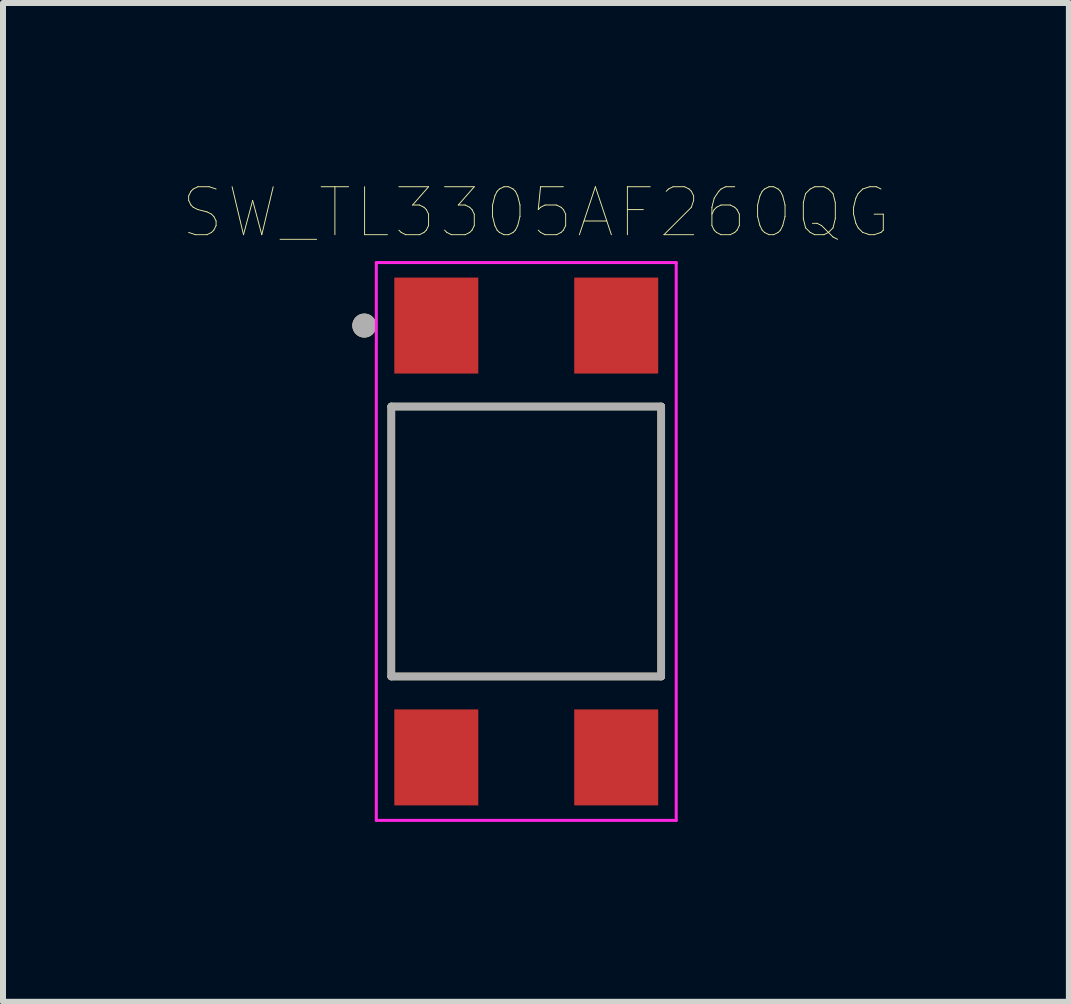
<source format=kicad_pcb>
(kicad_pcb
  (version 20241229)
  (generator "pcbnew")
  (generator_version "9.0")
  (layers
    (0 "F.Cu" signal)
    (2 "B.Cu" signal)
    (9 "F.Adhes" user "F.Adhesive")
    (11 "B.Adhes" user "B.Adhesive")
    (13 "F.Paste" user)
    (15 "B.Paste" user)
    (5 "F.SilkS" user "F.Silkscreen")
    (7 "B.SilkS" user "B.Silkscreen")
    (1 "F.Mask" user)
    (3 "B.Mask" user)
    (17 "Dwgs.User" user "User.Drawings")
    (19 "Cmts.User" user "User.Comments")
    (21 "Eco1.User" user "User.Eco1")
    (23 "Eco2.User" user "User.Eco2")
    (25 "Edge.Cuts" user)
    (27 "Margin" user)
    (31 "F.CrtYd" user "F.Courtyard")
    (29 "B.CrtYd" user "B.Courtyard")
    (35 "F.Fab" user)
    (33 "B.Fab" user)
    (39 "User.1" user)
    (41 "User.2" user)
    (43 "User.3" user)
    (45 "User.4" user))
  (footprint "SW_TL3305AF260QG"
    (layer "F.Cu")
    (at 5.724 5.978)
    (property "Reference" "SW_TL3305AF260QG" (at 0.162 -5.484 0) (layer "F.SilkS") (effects (font (size 0.8 0.8) (thickness 0.015))))
    (attr through_hole)
    (fp_line (start -2.25 -2.25) (end -2.25 2.25) (stroke (width 0.127) (type solid)) (layer "F.SilkS"))
    (fp_line (start -2.25 -2.25) (end 2.25 -2.25) (stroke (width 0.127) (type solid)) (layer "F.SilkS"))
    (fp_line (start 2.25 2.25) (end -2.25 2.25) (stroke (width 0.127) (type solid)) (layer "F.SilkS"))
    (fp_line (start 2.25 2.25) (end 2.25 -2.25) (stroke (width 0.127) (type solid)) (layer "F.SilkS"))
    (fp_circle (center -2.7 -3.6) (end -2.6 -3.6) (stroke (width 0.2) (type solid)) (fill no) (layer "F.SilkS"))
    (fp_line (start -2.5 -4.65) (end -2.5 4.65) (stroke (width 0.05) (type solid)) (layer "F.CrtYd"))
    (fp_line (start -2.5 -4.65) (end 2.5 -4.65) (stroke (width 0.05) (type solid)) (layer "F.CrtYd"))
    (fp_line (start 2.5 4.65) (end -2.5 4.65) (stroke (width 0.05) (type solid)) (layer "F.CrtYd"))
    (fp_line (start 2.5 4.65) (end 2.5 -4.65) (stroke (width 0.05) (type solid)) (layer "F.CrtYd"))
    (fp_line (start -2.25 -2.25) (end -2.25 2.25) (stroke (width 0.127) (type solid)) (layer "F.Fab"))
    (fp_line (start -2.25 -2.25) (end 2.25 -2.25) (stroke (width 0.127) (type solid)) (layer "F.Fab"))
    (fp_line (start 2.25 2.25) (end -2.25 2.25) (stroke (width 0.127) (type solid)) (layer "F.Fab"))
    (fp_line (start 2.25 2.25) (end 2.25 -2.25) (stroke (width 0.127) (type solid)) (layer "F.Fab"))
    (fp_circle (center -2.7 -3.6) (end -2.6 -3.6) (stroke (width 0.2) (type solid)) (fill no) (layer "F.Fab"))
    (pad "1" smd rect (at -1.5 -3.6) (size 1.4 1.6) (layers "F.Cu" "F.Mask" "F.Paste"))
    (pad "2" smd rect (at -1.5 3.6) (size 1.4 1.6) (layers "F.Cu" "F.Mask" "F.Paste"))
    (pad "3" smd rect (at 1.5 -3.6) (size 1.4 1.6) (layers "F.Cu" "F.Mask" "F.Paste"))
    (pad "4" smd rect (at 1.5 3.6) (size 1.4 1.6) (layers "F.Cu" "F.Mask" "F.Paste")))
  (gr_rect
    (start -3 -3)
    (end 14.771 13.653)
    (stroke (width 0.1) (type default))
    (fill no)
    (layer "Edge.Cuts")))
</source>
